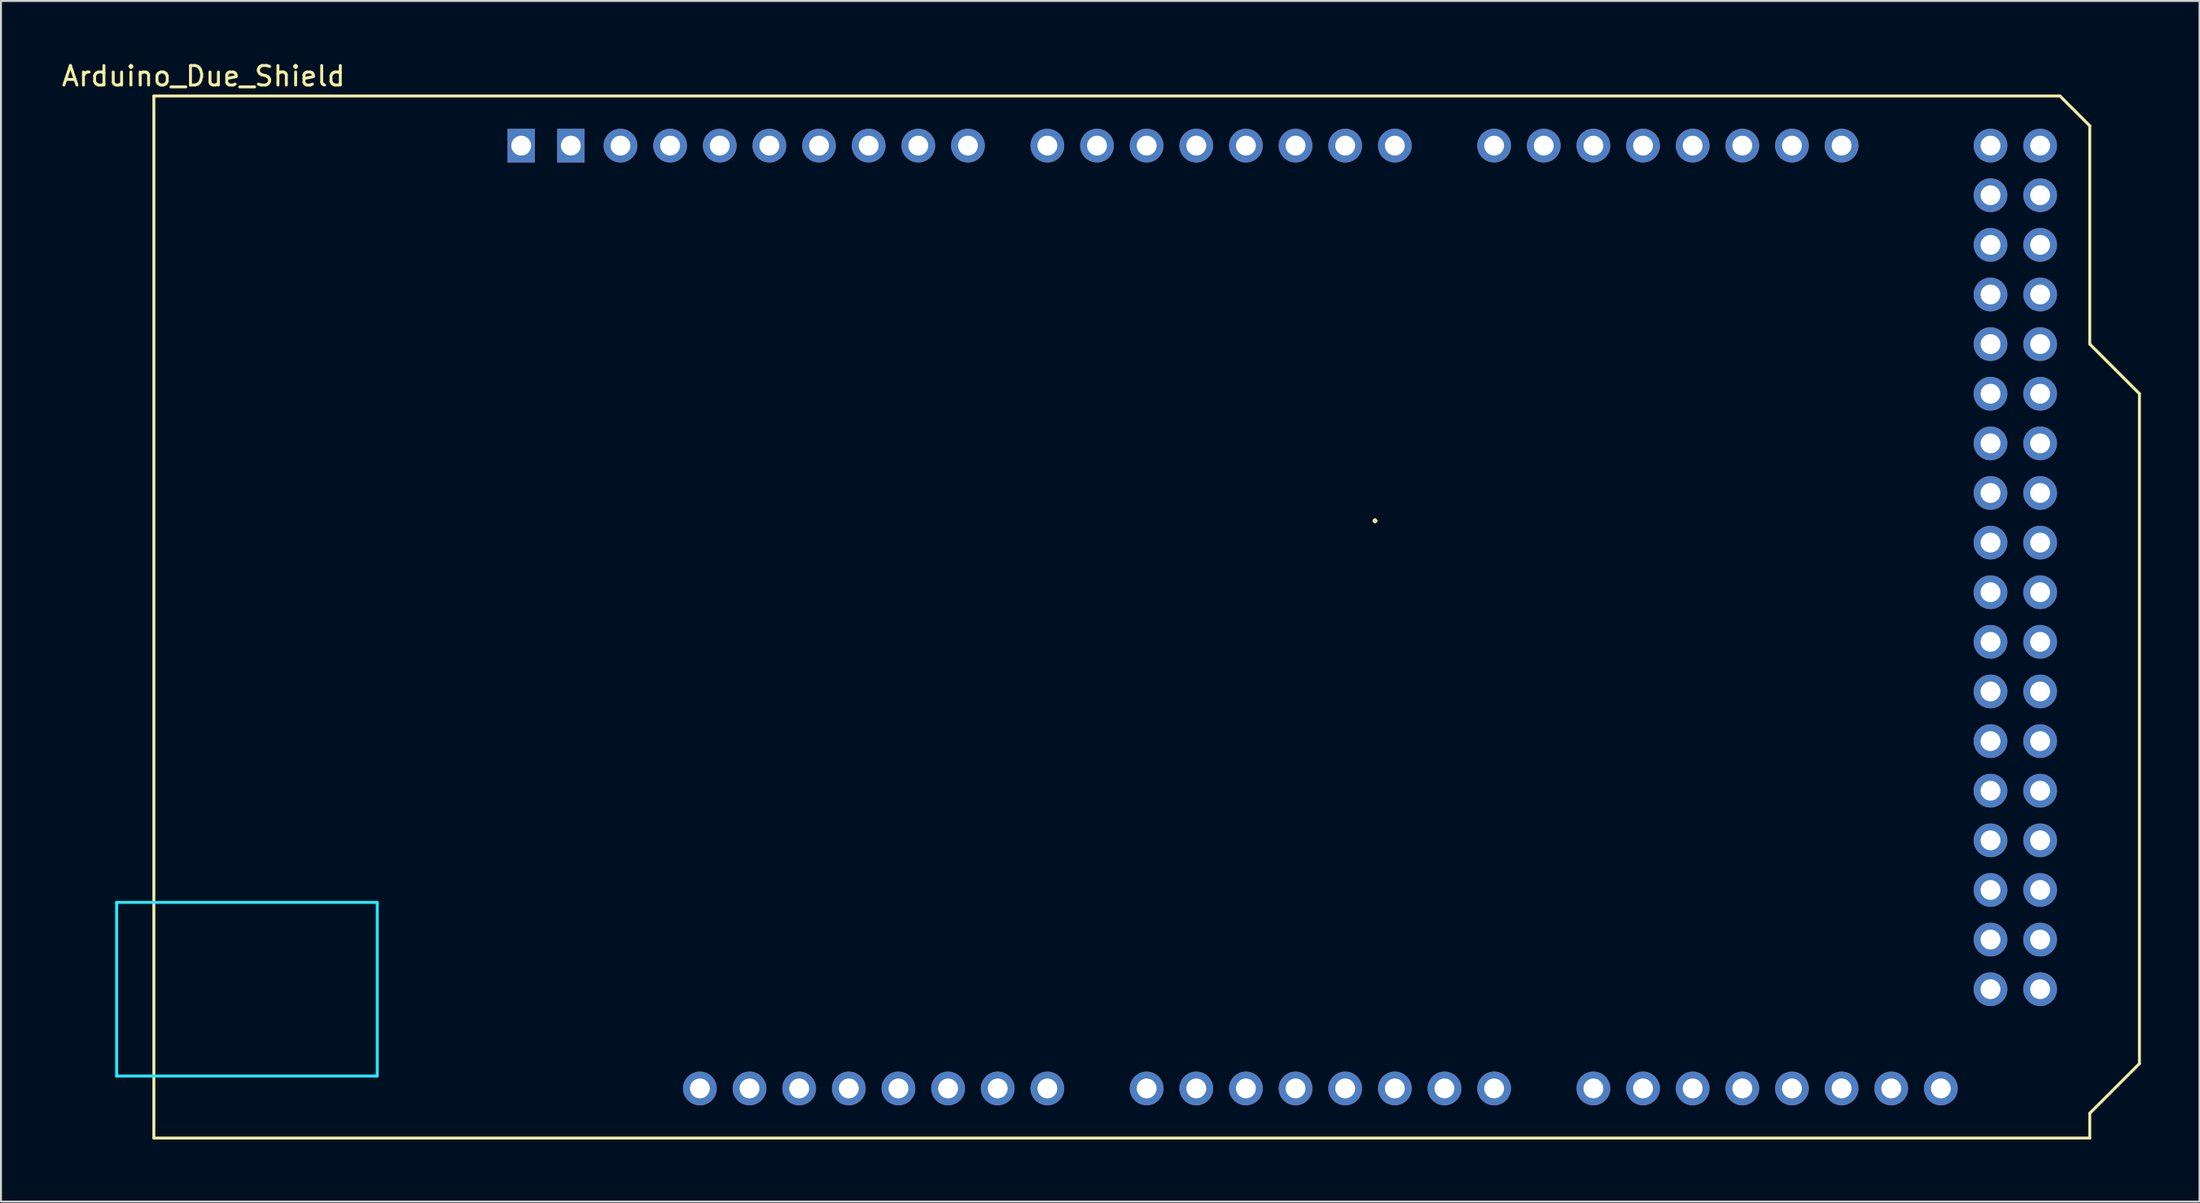
<source format=kicad_pcb>
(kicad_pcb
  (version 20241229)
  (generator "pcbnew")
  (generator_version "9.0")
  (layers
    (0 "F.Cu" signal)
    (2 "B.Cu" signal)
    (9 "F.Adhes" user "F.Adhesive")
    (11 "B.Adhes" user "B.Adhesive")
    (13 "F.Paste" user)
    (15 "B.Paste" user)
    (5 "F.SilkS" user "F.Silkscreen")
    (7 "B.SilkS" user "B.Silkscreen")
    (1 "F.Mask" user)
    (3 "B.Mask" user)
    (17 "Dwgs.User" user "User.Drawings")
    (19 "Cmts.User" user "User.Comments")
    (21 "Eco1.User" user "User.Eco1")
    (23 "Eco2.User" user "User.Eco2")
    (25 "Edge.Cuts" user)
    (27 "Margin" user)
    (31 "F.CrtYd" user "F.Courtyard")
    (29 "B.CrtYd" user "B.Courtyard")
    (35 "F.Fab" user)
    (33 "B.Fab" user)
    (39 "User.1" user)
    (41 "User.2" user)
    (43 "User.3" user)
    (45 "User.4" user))
  (footprint "Arduino_Due_Shield"
    (layer "F.Cu")
    (at 4.823 55.204)
    (property "Reference" "Arduino_Due_Shield" (at 2.54 -54.356 0) (layer "F.SilkS") (effects (font (size 1 1) (thickness 0.15))))
    (attr through_hole)
    (fp_line (start 0 -53.34) (end 0 0) (stroke (width 0.15) (type solid)) (layer "F.SilkS"))
    (fp_line (start 0 -53.34) (end 97.536 -53.34) (stroke (width 0.15) (type solid)) (layer "F.SilkS"))
    (fp_line (start 0 0) (end 99.06 0) (stroke (width 0.15) (type solid)) (layer "F.SilkS"))
    (fp_line (start 97.536 -53.34) (end 99.06 -51.816) (stroke (width 0.15) (type solid)) (layer "F.SilkS"))
    (fp_line (start 99.06 -40.64) (end 99.06 -51.816) (stroke (width 0.15) (type solid)) (layer "F.SilkS"))
    (fp_line (start 99.06 -1.27) (end 101.6 -3.81) (stroke (width 0.15) (type solid)) (layer "F.SilkS"))
    (fp_line (start 99.06 0) (end 99.06 -1.27) (stroke (width 0.15) (type solid)) (layer "F.SilkS"))
    (fp_line (start 101.6 -38.1) (end 99.06 -40.64) (stroke (width 0.15) (type solid)) (layer "F.SilkS"))
    (fp_line (start 101.6 -3.81) (end 101.6 -38.1) (stroke (width 0.15) (type solid)) (layer "F.SilkS"))
    (fp_line (start -1.905 -12.065) (end -1.905 -3.175) (stroke (width 0.15) (type solid)) (layer "B.CrtYd"))
    (fp_line (start -1.905 -12.065) (end 11.43 -12.065) (stroke (width 0.15) (type solid)) (layer "B.CrtYd"))
    (fp_line (start -1.905 -3.175) (end 11.43 -3.175) (stroke (width 0.15) (type solid)) (layer "B.CrtYd"))
    (fp_line (start 11.43 -12.065) (end 11.43 -3.175) (stroke (width 0.15) (type solid)) (layer "B.CrtYd"))
    (fp_text user "." (at 62.484 -32.004 0) (layer "F.SilkS") (effects (font (size 1 1) (thickness 0.15))))
    (pad "" thru_hole oval (at 27.94 -2.54) (size 1.727 1.727) (drill 1.016) (layers "*.Cu" "*.Mask"))
    (pad "3V3" thru_hole oval (at 35.56 -2.54) (size 1.727 1.727) (drill 1.016) (layers "*.Cu" "*.Mask"))
    (pad "5V1" thru_hole oval (at 38.1 -2.54) (size 1.727 1.727) (drill 1.016) (layers "*.Cu" "*.Mask"))
    (pad "5V3" thru_hole oval (at 93.98 -50.8) (size 1.727 1.727) (drill 1.016) (layers "*.Cu" "*.Mask"))
    (pad "5V4" thru_hole oval (at 96.52 -50.8) (size 1.727 1.727) (drill 1.016) (layers "*.Cu" "*.Mask"))
    (pad "A0" thru_hole oval (at 50.8 -2.54) (size 1.727 1.727) (drill 1.016) (layers "*.Cu" "*.Mask"))
    (pad "A1" thru_hole oval (at 53.34 -2.54) (size 1.727 1.727) (drill 1.016) (layers "*.Cu" "*.Mask"))
    (pad "A2" thru_hole oval (at 55.88 -2.54) (size 1.727 1.727) (drill 1.016) (layers "*.Cu" "*.Mask"))
    (pad "A3" thru_hole oval (at 58.42 -2.54) (size 1.727 1.727) (drill 1.016) (layers "*.Cu" "*.Mask"))
    (pad "A4" thru_hole oval (at 60.96 -2.54) (size 1.727 1.727) (drill 1.016) (layers "*.Cu" "*.Mask"))
    (pad "A5" thru_hole oval (at 63.5 -2.54) (size 1.727 1.727) (drill 1.016) (layers "*.Cu" "*.Mask"))
    (pad "A6" thru_hole oval (at 66.04 -2.54) (size 1.727 1.727) (drill 1.016) (layers "*.Cu" "*.Mask"))
    (pad "A7" thru_hole oval (at 68.58 -2.54) (size 1.727 1.727) (drill 1.016) (layers "*.Cu" "*.Mask"))
    (pad "A8" thru_hole oval (at 73.66 -2.54) (size 1.727 1.727) (drill 1.016) (layers "*.Cu" "*.Mask"))
    (pad "A9" thru_hole oval (at 76.2 -2.54) (size 1.727 1.727) (drill 1.016) (layers "*.Cu" "*.Mask"))
    (pad "A10" thru_hole oval (at 78.74 -2.54) (size 1.727 1.727) (drill 1.016) (layers "*.Cu" "*.Mask"))
    (pad "A11" thru_hole oval (at 81.28 -2.54) (size 1.727 1.727) (drill 1.016) (layers "*.Cu" "*.Mask"))
    (pad "AREF" thru_hole oval (at 23.876 -50.8) (size 1.727 1.727) (drill 1.016) (layers "*.Cu" "*.Mask"))
    (pad "CANR" thru_hole oval (at 88.9 -2.54) (size 1.727 1.727) (drill 1.016) (layers "*.Cu" "*.Mask"))
    (pad "CANT" thru_hole oval (at 91.44 -2.54) (size 1.727 1.727) (drill 1.016) (layers "*.Cu" "*.Mask"))
    (pad "D0" thru_hole oval (at 63.5 -50.8) (size 1.727 1.727) (drill 1.016) (layers "*.Cu" "*.Mask"))
    (pad "D1" thru_hole oval (at 60.96 -50.8) (size 1.727 1.727) (drill 1.016) (layers "*.Cu" "*.Mask"))
    (pad "D2" thru_hole oval (at 58.42 -50.8) (size 1.727 1.727) (drill 1.016) (layers "*.Cu" "*.Mask"))
    (pad "D3" thru_hole oval (at 55.88 -50.8) (size 1.727 1.727) (drill 1.016) (layers "*.Cu" "*.Mask"))
    (pad "D4" thru_hole oval (at 53.34 -50.8) (size 1.727 1.727) (drill 1.016) (layers "*.Cu" "*.Mask"))
    (pad "D5" thru_hole oval (at 50.8 -50.8) (size 1.727 1.727) (drill 1.016) (layers "*.Cu" "*.Mask"))
    (pad "D6" thru_hole oval (at 48.26 -50.8) (size 1.727 1.727) (drill 1.016) (layers "*.Cu" "*.Mask"))
    (pad "D7" thru_hole oval (at 45.72 -50.8) (size 1.727 1.727) (drill 1.016) (layers "*.Cu" "*.Mask"))
    (pad "D8" thru_hole oval (at 41.656 -50.8) (size 1.727 1.727) (drill 1.016) (layers "*.Cu" "*.Mask"))
    (pad "D9" thru_hole oval (at 39.116 -50.8) (size 1.727 1.727) (drill 1.016) (layers "*.Cu" "*.Mask"))
    (pad "D10" thru_hole oval (at 36.576 -50.8) (size 1.727 1.727) (drill 1.016) (layers "*.Cu" "*.Mask"))
    (pad "D11" thru_hole oval (at 34.036 -50.8) (size 1.727 1.727) (drill 1.016) (layers "*.Cu" "*.Mask"))
    (pad "D12" thru_hole oval (at 31.496 -50.8) (size 1.727 1.727) (drill 1.016) (layers "*.Cu" "*.Mask"))
    (pad "D13" thru_hole oval (at 28.956 -50.8) (size 1.727 1.727) (drill 1.016) (layers "*.Cu" "*.Mask"))
    (pad "D14" thru_hole oval (at 68.58 -50.8) (size 1.727 1.727) (drill 1.016) (layers "*.Cu" "*.Mask"))
    (pad "D15" thru_hole oval (at 71.12 -50.8) (size 1.727 1.727) (drill 1.016) (layers "*.Cu" "*.Mask"))
    (pad "D16" thru_hole oval (at 73.66 -50.8) (size 1.727 1.727) (drill 1.016) (layers "*.Cu" "*.Mask"))
    (pad "D17" thru_hole oval (at 76.2 -50.8) (size 1.727 1.727) (drill 1.016) (layers "*.Cu" "*.Mask"))
    (pad "D18" thru_hole oval (at 78.74 -50.8) (size 1.727 1.727) (drill 1.016) (layers "*.Cu" "*.Mask"))
    (pad "D19" thru_hole oval (at 81.28 -50.8) (size 1.727 1.727) (drill 1.016) (layers "*.Cu" "*.Mask"))
    (pad "D20" thru_hole oval (at 83.82 -50.8) (size 1.727 1.727) (drill 1.016) (layers "*.Cu" "*.Mask"))
    (pad "D21" thru_hole oval (at 86.36 -50.8) (size 1.727 1.727) (drill 1.016) (layers "*.Cu" "*.Mask"))
    (pad "D22" thru_hole oval (at 93.98 -48.26) (size 1.727 1.727) (drill 1.016) (layers "*.Cu" "*.Mask"))
    (pad "D23" thru_hole oval (at 96.52 -48.26) (size 1.727 1.727) (drill 1.016) (layers "*.Cu" "*.Mask"))
    (pad "D24" thru_hole oval (at 93.98 -45.72) (size 1.727 1.727) (drill 1.016) (layers "*.Cu" "*.Mask"))
    (pad "D25" thru_hole oval (at 96.52 -45.72) (size 1.727 1.727) (drill 1.016) (layers "*.Cu" "*.Mask"))
    (pad "D26" thru_hole oval (at 93.98 -43.18) (size 1.727 1.727) (drill 1.016) (layers "*.Cu" "*.Mask"))
    (pad "D27" thru_hole oval (at 96.52 -43.18) (size 1.727 1.727) (drill 1.016) (layers "*.Cu" "*.Mask"))
    (pad "D28" thru_hole oval (at 93.98 -40.64) (size 1.727 1.727) (drill 1.016) (layers "*.Cu" "*.Mask"))
    (pad "D29" thru_hole oval (at 96.52 -40.64) (size 1.727 1.727) (drill 1.016) (layers "*.Cu" "*.Mask"))
    (pad "D30" thru_hole oval (at 93.98 -38.1) (size 1.727 1.727) (drill 1.016) (layers "*.Cu" "*.Mask"))
    (pad "D31" thru_hole oval (at 96.52 -38.1) (size 1.727 1.727) (drill 1.016) (layers "*.Cu" "*.Mask"))
    (pad "D32" thru_hole oval (at 93.98 -35.56) (size 1.727 1.727) (drill 1.016) (layers "*.Cu" "*.Mask"))
    (pad "D33" thru_hole oval (at 96.52 -35.56) (size 1.727 1.727) (drill 1.016) (layers "*.Cu" "*.Mask"))
    (pad "D34" thru_hole oval (at 93.98 -33.02) (size 1.727 1.727) (drill 1.016) (layers "*.Cu" "*.Mask"))
    (pad "D35" thru_hole oval (at 96.52 -33.02) (size 1.727 1.727) (drill 1.016) (layers "*.Cu" "*.Mask"))
    (pad "D36" thru_hole oval (at 93.98 -30.48) (size 1.727 1.727) (drill 1.016) (layers "*.Cu" "*.Mask"))
    (pad "D37" thru_hole oval (at 96.52 -30.48) (size 1.727 1.727) (drill 1.016) (layers "*.Cu" "*.Mask"))
    (pad "D38" thru_hole oval (at 93.98 -27.94) (size 1.727 1.727) (drill 1.016) (layers "*.Cu" "*.Mask"))
    (pad "D39" thru_hole oval (at 96.52 -27.94) (size 1.727 1.727) (drill 1.016) (layers "*.Cu" "*.Mask"))
    (pad "D40" thru_hole oval (at 93.98 -25.4) (size 1.727 1.727) (drill 1.016) (layers "*.Cu" "*.Mask"))
    (pad "D41" thru_hole oval (at 96.52 -25.4) (size 1.727 1.727) (drill 1.016) (layers "*.Cu" "*.Mask"))
    (pad "D42" thru_hole oval (at 93.98 -22.86) (size 1.727 1.727) (drill 1.016) (layers "*.Cu" "*.Mask"))
    (pad "D43" thru_hole oval (at 96.52 -22.86) (size 1.727 1.727) (drill 1.016) (layers "*.Cu" "*.Mask"))
    (pad "D44" thru_hole oval (at 93.98 -20.32) (size 1.727 1.727) (drill 1.016) (layers "*.Cu" "*.Mask"))
    (pad "D45" thru_hole oval (at 96.52 -20.32) (size 1.727 1.727) (drill 1.016) (layers "*.Cu" "*.Mask"))
    (pad "D46" thru_hole oval (at 93.98 -17.78) (size 1.727 1.727) (drill 1.016) (layers "*.Cu" "*.Mask"))
    (pad "D47" thru_hole oval (at 96.52 -17.78) (size 1.727 1.727) (drill 1.016) (layers "*.Cu" "*.Mask"))
    (pad "D48" thru_hole oval (at 93.98 -15.24) (size 1.727 1.727) (drill 1.016) (layers "*.Cu" "*.Mask"))
    (pad "D49" thru_hole oval (at 96.52 -15.24) (size 1.727 1.727) (drill 1.016) (layers "*.Cu" "*.Mask"))
    (pad "D50" thru_hole oval (at 93.98 -12.7) (size 1.727 1.727) (drill 1.016) (layers "*.Cu" "*.Mask"))
    (pad "D51" thru_hole oval (at 96.52 -12.7) (size 1.727 1.727) (drill 1.016) (layers "*.Cu" "*.Mask"))
    (pad "D52" thru_hole oval (at 93.98 -10.16) (size 1.727 1.727) (drill 1.016) (layers "*.Cu" "*.Mask"))
    (pad "D53" thru_hole oval (at 96.52 -10.16) (size 1.727 1.727) (drill 1.016) (layers "*.Cu" "*.Mask"))
    (pad "DAC0" thru_hole oval (at 83.82 -2.54) (size 1.727 1.727) (drill 1.016) (layers "*.Cu" "*.Mask"))
    (pad "DAC1" thru_hole oval (at 86.36 -2.54) (size 1.727 1.727) (drill 1.016) (layers "*.Cu" "*.Mask"))
    (pad "GND1" thru_hole oval (at 26.416 -50.8) (size 1.727 1.727) (drill 1.016) (layers "*.Cu" "*.Mask"))
    (pad "GND2" thru_hole oval (at 40.64 -2.54) (size 1.727 1.727) (drill 1.016) (layers "*.Cu" "*.Mask"))
    (pad "GND3" thru_hole oval (at 43.18 -2.54) (size 1.727 1.727) (drill 1.016) (layers "*.Cu" "*.Mask"))
    (pad "GND5" thru_hole oval (at 93.98 -7.62) (size 1.727 1.727) (drill 1.016) (layers "*.Cu" "*.Mask"))
    (pad "GND6" thru_hole oval (at 96.52 -7.62) (size 1.727 1.727) (drill 1.016) (layers "*.Cu" "*.Mask"))
    (pad "IORF" thru_hole oval (at 30.48 -2.54) (size 1.727 1.727) (drill 1.016) (layers "*.Cu" "*.Mask"))
    (pad "RST1" thru_hole oval (at 33.02 -2.54) (size 1.727 1.727) (drill 1.016) (layers "*.Cu" "*.Mask"))
    (pad "SCL1" thru_hole rect (at 18.796 -50.8) (size 1.4 1.727) (drill 1.016) (layers "*.Cu" "*.Mask"))
    (pad "SDA1" thru_hole rect (at 21.336 -50.8) (size 1.4 1.727) (drill 1.016) (layers "*.Cu" "*.Mask"))
    (pad "VIN" thru_hole oval (at 45.72 -2.54) (size 1.727 1.727) (drill 1.016) (layers "*.Cu" "*.Mask")))
  (gr_rect
    (start -3 -3)
    (end 109.498 58.454)
    (stroke (width 0.1) (type default))
    (fill no)
    (layer "Edge.Cuts")))
</source>
